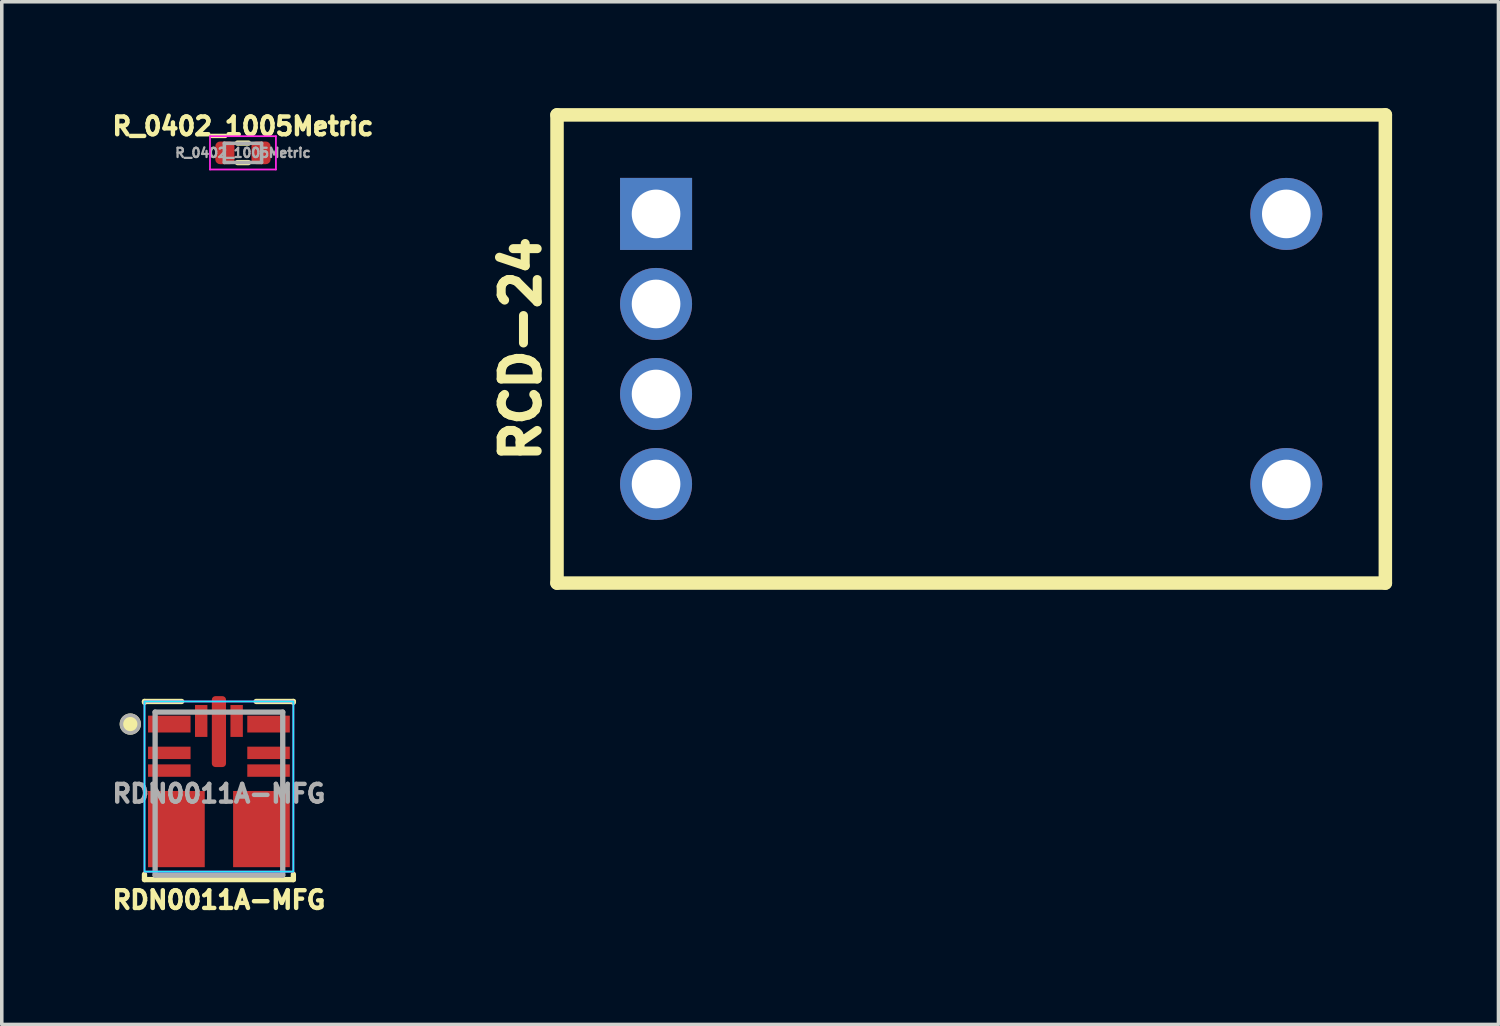
<source format=kicad_pcb>
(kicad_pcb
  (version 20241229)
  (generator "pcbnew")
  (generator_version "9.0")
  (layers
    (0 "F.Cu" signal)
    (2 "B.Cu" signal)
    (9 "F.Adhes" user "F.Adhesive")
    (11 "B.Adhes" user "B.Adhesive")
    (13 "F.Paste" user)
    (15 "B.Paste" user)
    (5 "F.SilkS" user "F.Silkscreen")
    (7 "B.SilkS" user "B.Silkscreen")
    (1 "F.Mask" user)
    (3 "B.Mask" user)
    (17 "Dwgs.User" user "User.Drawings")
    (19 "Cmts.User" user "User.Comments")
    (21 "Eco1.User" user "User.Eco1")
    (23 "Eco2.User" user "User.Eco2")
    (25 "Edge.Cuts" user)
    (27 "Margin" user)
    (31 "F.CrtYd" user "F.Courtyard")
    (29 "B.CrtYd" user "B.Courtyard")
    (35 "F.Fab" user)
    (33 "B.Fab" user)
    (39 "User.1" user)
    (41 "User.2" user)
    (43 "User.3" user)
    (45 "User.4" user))
  (footprint "R_0402_1005Metric"
    (layer "F.Cu")
    (at 3.804 1.262)
    (property "Reference" "R_0402_1005Metric" (at 0 -0.75 0) (layer "F.SilkS") (effects (font (size 0.5 0.5) (thickness 0.125) (bold yes))))
    (attr smd)
    (fp_line (start -0.154 -0.275) (end 0.154 -0.275) (stroke (width 0.15) (type solid)) (layer "F.SilkS"))
    (fp_line (start -0.154 0.275) (end 0.154 0.275) (stroke (width 0.15) (type solid)) (layer "F.SilkS"))
    (fp_line (start -0.93 -0.47) (end 0.93 -0.47) (stroke (width 0.05) (type solid)) (layer "F.CrtYd"))
    (fp_line (start -0.93 0.47) (end -0.93 -0.47) (stroke (width 0.05) (type solid)) (layer "F.CrtYd"))
    (fp_line (start 0.93 -0.47) (end 0.93 0.47) (stroke (width 0.05) (type solid)) (layer "F.CrtYd"))
    (fp_line (start 0.93 0.47) (end -0.93 0.47) (stroke (width 0.05) (type solid)) (layer "F.CrtYd"))
    (fp_line (start -0.525 -0.27) (end 0.525 -0.27) (stroke (width 0.1) (type solid)) (layer "F.Fab"))
    (fp_line (start -0.525 0.27) (end -0.525 -0.27) (stroke (width 0.1) (type solid)) (layer "F.Fab"))
    (fp_line (start 0.525 -0.27) (end 0.525 0.27) (stroke (width 0.1) (type solid)) (layer "F.Fab"))
    (fp_line (start 0.525 0.27) (end -0.525 0.27) (stroke (width 0.1) (type solid)) (layer "F.Fab"))
    (fp_text user "${REFERENCE}" (at 0 0 0) (layer "F.Fab") (effects (font (size 0.26 0.26) (thickness 0.065) (bold yes))))
    (pad "1" smd roundrect (at -0.51 0) (size 0.54 0.64) (layers "F.Cu" "F.Mask" "F.Paste") (roundrect_rratio 0.25))
    (pad "2" smd roundrect (at 0.51 0) (size 0.54 0.64) (layers "F.Cu" "F.Mask" "F.Paste") (roundrect_rratio 0.25)))
  (footprint "RDN0011A-MFG"
    (layer "F.Cu")
    (at 3.126 19.339)
    (property "Reference" "RDN0011A-MFG" (at 0 3 0) (layer "F.SilkS") (effects (font (size 0.5 0.5) (thickness 0.125) (bold yes))))
    (attr smd)
    (fp_poly (pts (xy -1.95 -2.099) (xy -1.9 -2.15) (xy -0.9 -2.15) (xy -0.85 -2.099) (xy -0.85 -1.825) (xy -0.9 -1.774) (xy -1.9 -1.774) (xy -1.95 -1.825)) (stroke (width 0) (type solid)) (fill yes) (layer "F.Mask"))
    (fp_poly (pts (xy -1.9 -1.025) (xy -1.95 -1.075) (xy -1.95 -1.225) (xy -1.9 -1.275) (xy -0.9 -1.275) (xy -0.85 -1.225) (xy -0.85 -1.075) (xy -0.9 -1.025)) (stroke (width 0) (type solid)) (fill yes) (layer "F.Mask"))
    (fp_poly (pts (xy -0.9 -0.775) (xy -0.85 -0.725) (xy -0.85 -0.575) (xy -0.9 -0.525) (xy -1.9 -0.525) (xy -1.95 -0.575) (xy -1.95 -0.725) (xy -1.9 -0.775)) (stroke (width 0) (type solid)) (fill yes) (layer "F.Mask"))
    (fp_poly (pts (xy -0.425 -1.65) (xy -0.575 -1.65) (xy -0.625 -1.7) (xy -0.625 -2.4) (xy -0.575 -2.45) (xy -0.425 -2.45) (xy -0.375 -2.4) (xy -0.375 -1.7)) (stroke (width 0) (type solid)) (fill yes) (layer "F.Mask"))
    (fp_poly (pts (xy -0.15 -2.4) (xy -0.1 -2.45) (xy 0.1 -2.45) (xy 0.15 -2.4) (xy 0.15 -0.974) (xy 0.1 -0.924) (xy -0.1 -0.924) (xy -0.15 -0.974)) (stroke (width 0) (type solid)) (fill yes) (layer "F.Mask"))
    (fp_poly (pts (xy 0.575 -1.65) (xy 0.425 -1.65) (xy 0.375 -1.7) (xy 0.375 -2.4) (xy 0.425 -2.45) (xy 0.575 -2.45) (xy 0.625 -2.4) (xy 0.625 -1.7)) (stroke (width 0) (type solid)) (fill yes) (layer "F.Mask"))
    (fp_poly (pts (xy 0.85 -1.075) (xy 0.85 -1.225) (xy 0.9 -1.275) (xy 1.9 -1.275) (xy 1.95 -1.225) (xy 1.95 -1.075) (xy 1.9 -1.025) (xy 0.9 -1.025)) (stroke (width 0) (type solid)) (fill yes) (layer "F.Mask"))
    (fp_poly (pts (xy 0.85 -0.725) (xy 0.9 -0.775) (xy 1.9 -0.775) (xy 1.95 -0.725) (xy 1.95 -0.575) (xy 1.9 -0.525) (xy 0.9 -0.525) (xy 0.85 -0.575)) (stroke (width 0) (type solid)) (fill yes) (layer "F.Mask"))
    (fp_poly (pts (xy 1.95 -2.099) (xy 1.95 -1.825) (xy 1.9 -1.774) (xy 0.9 -1.774) (xy 0.85 -1.825) (xy 0.85 -2.099) (xy 0.9 -2.15) (xy 1.9 -2.15)) (stroke (width 0) (type solid)) (fill yes) (layer "F.Mask"))
    (fp_poly (pts (xy -0.5 2.025) (xy -0.45 1.975) (xy -0.45 0.025) (xy -0.5 -0.025) (xy -1.525 -0.025) (xy -1.575 0.025) (xy -1.575 0.125) (xy -1.625 0.175) (xy -1.9 0.175) (xy -1.95 0.225) (xy -1.95 0.375) (xy -1.9 0.425) (xy -1.625 0.425) (xy -1.575 0.475) (xy -1.575 0.625) (xy -1.625 0.675) (xy -1.9 0.675) (xy -1.95 0.725) (xy -1.95 0.875) (xy -1.9 0.925) (xy -1.625 0.925) (xy -1.575 0.975) (xy -1.575 1.125) (xy -1.625 1.175) (xy -1.9 1.175) (xy -1.95 1.225) (xy -1.95 1.375) (xy -1.9 1.425) (xy -1.625 1.425) (xy -1.575 1.475) (xy -1.575 1.625) (xy -1.625 1.675) (xy -1.9 1.675) (xy -1.95 1.725) (xy -1.95 1.875) (xy -1.9 1.925) (xy -1.625 1.925) (xy -1.575 1.975) (xy -1.575 1.975) (xy -1.525 2.025)) (stroke (width 0) (type solid)) (fill yes) (layer "F.Mask"))
    (fp_poly (pts (xy 0.5 2.025) (xy 0.45 1.975) (xy 0.45 0.025) (xy 0.5 -0.025) (xy 1.525 -0.025) (xy 1.575 0.025) (xy 1.575 0.125) (xy 1.625 0.175) (xy 1.9 0.175) (xy 1.95 0.225) (xy 1.95 0.375) (xy 1.9 0.425) (xy 1.625 0.425) (xy 1.575 0.475) (xy 1.575 0.625) (xy 1.625 0.675) (xy 1.9 0.675) (xy 1.95 0.725) (xy 1.95 0.875) (xy 1.9 0.925) (xy 1.625 0.925) (xy 1.575 0.975) (xy 1.575 1.125) (xy 1.625 1.175) (xy 1.9 1.175) (xy 1.95 1.225) (xy 1.95 1.375) (xy 1.9 1.425) (xy 1.625 1.425) (xy 1.575 1.475) (xy 1.575 1.625) (xy 1.625 1.675) (xy 1.9 1.675) (xy 1.95 1.725) (xy 1.95 1.875) (xy 1.9 1.925) (xy 1.625 1.925) (xy 1.575 1.975) (xy 1.575 1.975) (xy 1.525 2.025)) (stroke (width 0) (type solid)) (fill yes) (layer "F.Mask"))
    (fp_line (start -2.1 -2.6) (end -1.05 -2.6) (stroke (width 0.15) (type solid)) (layer "F.SilkS"))
    (fp_line (start -2.1 -2.575) (end -2.1 -2.6) (stroke (width 0.15) (type solid)) (layer "F.SilkS"))
    (fp_line (start -2.1 2.425) (end -2.1 2.275) (stroke (width 0.15) (type solid)) (layer "F.SilkS"))
    (fp_line (start -2.1 2.425) (end 2.1 2.425) (stroke (width 0.15) (type solid)) (layer "F.SilkS"))
    (fp_line (start 1.05 -2.6) (end 2.1 -2.6) (stroke (width 0.15) (type solid)) (layer "F.SilkS"))
    (fp_line (start 2.1 -2.575) (end 2.1 -2.6) (stroke (width 0.15) (type solid)) (layer "F.SilkS"))
    (fp_line (start 2.1 2.425) (end 2.1 2.275) (stroke (width 0.15) (type solid)) (layer "F.SilkS"))
    (fp_circle (center -2.5 -1.962) (end -2.25 -1.962) (stroke (width 0.1) (type solid)) (fill yes) (layer "F.SilkS"))
    (fp_poly (pts (xy -1.95 -2.099) (xy -1.9 -2.15) (xy -0.9 -2.15) (xy -0.85 -2.099) (xy -0.85 -1.825) (xy -0.9 -1.774) (xy -1.9 -1.774) (xy -1.95 -1.825)) (stroke (width 0) (type solid)) (fill yes) (layer "F.Paste"))
    (fp_poly (pts (xy -1.9 -1.025) (xy -1.95 -1.075) (xy -1.95 -1.225) (xy -1.9 -1.275) (xy -0.9 -1.275) (xy -0.85 -1.225) (xy -0.85 -1.075) (xy -0.9 -1.025)) (stroke (width 0) (type solid)) (fill yes) (layer "F.Paste"))
    (fp_poly (pts (xy -1.575 0.225) (xy -1.575 0.375) (xy -1.625 0.425) (xy -1.9 0.425) (xy -1.95 0.375) (xy -1.95 0.225) (xy -1.9 0.175) (xy -1.625 0.175)) (stroke (width 0) (type solid)) (fill yes) (layer "F.Paste"))
    (fp_poly (pts (xy -1.575 0.725) (xy -1.575 0.875) (xy -1.625 0.925) (xy -1.9 0.925) (xy -1.95 0.875) (xy -1.95 0.725) (xy -1.9 0.675) (xy -1.625 0.675)) (stroke (width 0) (type solid)) (fill yes) (layer "F.Paste"))
    (fp_poly (pts (xy -1.575 1.225) (xy -1.575 1.375) (xy -1.625 1.425) (xy -1.9 1.425) (xy -1.95 1.375) (xy -1.95 1.225) (xy -1.9 1.175) (xy -1.625 1.175)) (stroke (width 0) (type solid)) (fill yes) (layer "F.Paste"))
    (fp_poly (pts (xy -1.575 1.725) (xy -1.575 1.875) (xy -1.625 1.925) (xy -1.9 1.925) (xy -1.95 1.875) (xy -1.95 1.725) (xy -1.9 1.675) (xy -1.625 1.675)) (stroke (width 0) (type solid)) (fill yes) (layer "F.Paste"))
    (fp_poly (pts (xy -1.38 0.443) (xy -1.38 0.028) (xy -1.33 -0.022) (xy -0.5 -0.022) (xy -0.45 0.028) (xy -0.45 0.443) (xy -0.5 0.493) (xy -1.33 0.493)) (stroke (width 0) (type solid)) (fill yes) (layer "F.Paste"))
    (fp_poly (pts (xy -1.33 1.31) (xy -1.38 1.26) (xy -1.38 0.74) (xy -1.33 0.69) (xy -0.5 0.69) (xy -0.45 0.74) (xy -0.45 1.26) (xy -0.5 1.31)) (stroke (width 0) (type solid)) (fill yes) (layer "F.Paste"))
    (fp_poly (pts (xy -1.33 1.512) (xy -0.5 1.512) (xy -0.45 1.562) (xy -0.45 1.977) (xy -0.5 2.027) (xy -1.33 2.027) (xy -1.38 1.977) (xy -1.38 1.562)) (stroke (width 0) (type solid)) (fill yes) (layer "F.Paste"))
    (fp_poly (pts (xy -0.9 -0.775) (xy -0.85 -0.725) (xy -0.85 -0.575) (xy -0.9 -0.525) (xy -1.9 -0.525) (xy -1.95 -0.575) (xy -1.95 -0.725) (xy -1.9 -0.775)) (stroke (width 0) (type solid)) (fill yes) (layer "F.Paste"))
    (fp_poly (pts (xy -0.425 -1.65) (xy -0.575 -1.65) (xy -0.625 -1.7) (xy -0.625 -2.4) (xy -0.575 -2.45) (xy -0.425 -2.45) (xy -0.375 -2.4) (xy -0.375 -1.7)) (stroke (width 0) (type solid)) (fill yes) (layer "F.Paste"))
    (fp_poly (pts (xy -0.15 -2.4) (xy -0.1 -2.45) (xy 0.1 -2.45) (xy 0.15 -2.4) (xy 0.15 -0.974) (xy 0.1 -0.924) (xy -0.1 -0.924) (xy -0.15 -0.974)) (stroke (width 0) (type solid)) (fill yes) (layer "F.Paste"))
    (fp_poly (pts (xy 0.45 1.26) (xy 0.45 0.74) (xy 0.5 0.69) (xy 1.33 0.69) (xy 1.38 0.74) (xy 1.38 1.26) (xy 1.33 1.31) (xy 0.5 1.31)) (stroke (width 0) (type solid)) (fill yes) (layer "F.Paste"))
    (fp_poly (pts (xy 0.575 -1.65) (xy 0.425 -1.65) (xy 0.375 -1.7) (xy 0.375 -2.4) (xy 0.425 -2.45) (xy 0.575 -2.45) (xy 0.625 -2.4) (xy 0.625 -1.7)) (stroke (width 0) (type solid)) (fill yes) (layer "F.Paste"))
    (fp_poly (pts (xy 0.85 -1.075) (xy 0.85 -1.225) (xy 0.9 -1.275) (xy 1.9 -1.275) (xy 1.95 -1.225) (xy 1.95 -1.075) (xy 1.9 -1.025) (xy 0.9 -1.025)) (stroke (width 0) (type solid)) (fill yes) (layer "F.Paste"))
    (fp_poly (pts (xy 0.85 -0.725) (xy 0.9 -0.775) (xy 1.9 -0.775) (xy 1.95 -0.725) (xy 1.95 -0.575) (xy 1.9 -0.525) (xy 0.9 -0.525) (xy 0.85 -0.575)) (stroke (width 0) (type solid)) (fill yes) (layer "F.Paste"))
    (fp_poly (pts (xy 1.33 0.493) (xy 0.5 0.493) (xy 0.45 0.443) (xy 0.45 0.028) (xy 0.5 -0.022) (xy 1.33 -0.022) (xy 1.38 0.028) (xy 1.38 0.443)) (stroke (width 0) (type solid)) (fill yes) (layer "F.Paste"))
    (fp_poly (pts (xy 1.38 1.562) (xy 1.38 1.977) (xy 1.33 2.027) (xy 0.5 2.027) (xy 0.45 1.977) (xy 0.45 1.562) (xy 0.5 1.512) (xy 1.33 1.512)) (stroke (width 0) (type solid)) (fill yes) (layer "F.Paste"))
    (fp_poly (pts (xy 1.95 0.225) (xy 1.95 0.375) (xy 1.9 0.425) (xy 1.625 0.425) (xy 1.575 0.375) (xy 1.575 0.225) (xy 1.625 0.175) (xy 1.9 0.175)) (stroke (width 0) (type solid)) (fill yes) (layer "F.Paste"))
    (fp_poly (pts (xy 1.95 0.725) (xy 1.95 0.875) (xy 1.9 0.925) (xy 1.625 0.925) (xy 1.575 0.875) (xy 1.575 0.725) (xy 1.625 0.675) (xy 1.9 0.675)) (stroke (width 0) (type solid)) (fill yes) (layer "F.Paste"))
    (fp_poly (pts (xy 1.95 1.225) (xy 1.95 1.375) (xy 1.9 1.425) (xy 1.625 1.425) (xy 1.575 1.375) (xy 1.575 1.225) (xy 1.625 1.175) (xy 1.9 1.175)) (stroke (width 0) (type solid)) (fill yes) (layer "F.Paste"))
    (fp_poly (pts (xy 1.95 1.725) (xy 1.95 1.875) (xy 1.9 1.925) (xy 1.625 1.925) (xy 1.575 1.875) (xy 1.575 1.725) (xy 1.625 1.675) (xy 1.9 1.675)) (stroke (width 0) (type solid)) (fill yes) (layer "F.Paste"))
    (fp_poly (pts (xy 1.95 -2.099) (xy 1.95 -1.825) (xy 1.9 -1.774) (xy 0.9 -1.774) (xy 0.85 -1.825) (xy 0.85 -2.099) (xy 0.9 -2.15) (xy 1.9 -2.15)) (stroke (width 0) (type solid)) (fill yes) (layer "F.Paste"))
    (fp_rect (start -2.1 -2.6) (end 2.1 2.2) (stroke (width 0.05) (type default)) (fill no) (layer "B.CrtYd"))
    (fp_rect (start -2.1 -2.6) (end 2.1 2.2) (stroke (width 0.05) (type default)) (fill no) (layer "F.CrtYd"))
    (fp_line (start -1.8 -2.3) (end 1.8 -2.3) (stroke (width 0.15) (type solid)) (layer "F.Fab"))
    (fp_line (start -1.8 2.3) (end -1.8 -2.3) (stroke (width 0.15) (type solid)) (layer "F.Fab"))
    (fp_line (start -1.8 2.3) (end 1.8 2.3) (stroke (width 0.15) (type solid)) (layer "F.Fab"))
    (fp_line (start 1.8 2.3) (end 1.8 -2.3) (stroke (width 0.15) (type solid)) (layer "F.Fab"))
    (fp_circle (center -2.5 -1.962) (end -2.25 -1.962) (stroke (width 0.1) (type solid)) (fill no) (layer "F.Fab"))
    (fp_text user "${REFERENCE}" (at 0 0 0) (layer "F.Fab") (effects (font (size 0.5 0.5) (thickness 0.125))))
    (pad "1" smd rect (at -1.4 -1.962) (size 1.2 0.475) (layers "F.Cu"))
    (pad "2" smd rect (at -1.4 -1.15) (size 1.2 0.35) (layers "F.Cu"))
    (pad "3" smd rect (at -1.4 -0.65) (size 1.2 0.35) (layers "F.Cu"))
    (pad "4" smd rect (at -1.2 1) (size 1.6 2.15) (layers "F.Cu"))
    (pad "5" smd rect (at 1.2 1) (size 1.6 2.15) (layers "F.Cu"))
    (pad "6" smd rect (at 1.4 -0.65) (size 1.2 0.35) (layers "F.Cu"))
    (pad "7" smd rect (at 1.4 -1.15) (size 1.2 0.35) (layers "F.Cu"))
    (pad "8" smd rect (at 1.4 -1.962) (size 1.2 0.475) (layers "F.Cu"))
    (pad "9" smd rect (at 0.5 -2.05) (size 0.35 0.9) (layers "F.Cu"))
    (pad "10" smd roundrect (at 0 -1.75) (size 0.4 2) (layers "F.Cu") (roundrect_rratio 0.25))
    (pad "11" smd rect (at -0.5 -2.05) (size 0.35 0.9) (layers "F.Cu")))
  (footprint "RCD-24"
    (layer "F.Cu")
    (at 24.348 6.795)
    (property "Reference" "RCD-24" (at -12.7 0 90) (layer "F.SilkS") (effects (font (size 1.016 1.016) (thickness 0.254))))
    (property "Value" "${VALUE}" (at 0 0 0) (layer "F.SilkS") (hide yes) (effects (font (size 1.016 1.016) (thickness 0.254))))
    (attr through_hole)
    (fp_line (start -11.684 -6.604) (end -11.684 6.604) (stroke (width 0.381) (type solid)) (layer "F.SilkS"))
    (fp_line (start -11.684 6.604) (end 11.684 6.604) (stroke (width 0.381) (type solid)) (layer "F.SilkS"))
    (fp_line (start 11.684 -6.604) (end -11.684 -6.604) (stroke (width 0.381) (type solid)) (layer "F.SilkS"))
    (fp_line (start 11.684 6.604) (end 11.684 -6.604) (stroke (width 0.381) (type solid)) (layer "F.SilkS"))
    (pad "1" thru_hole rect (at -8.89 -3.81) (size 2.032 2.032) (drill 1.372) (layers "*.Cu" "*.Mask"))
    (pad "2" thru_hole circle (at -8.89 -1.27) (size 2.032 2.032) (drill 1.372) (layers "*.Cu" "*.Mask"))
    (pad "3" thru_hole circle (at -8.89 1.27) (size 2.032 2.032) (drill 1.372) (layers "*.Cu" "*.Mask"))
    (pad "4" thru_hole circle (at -8.89 3.81) (size 2.032 2.032) (drill 1.372) (layers "*.Cu" "*.Mask"))
    (pad "5" thru_hole circle (at 8.89 3.81) (size 2.032 2.032) (drill 1.372) (layers "*.Cu" "*.Mask"))
    (pad "6" thru_hole circle (at 8.89 -3.81) (size 2.032 2.032) (drill 1.372) (layers "*.Cu" "*.Mask")))
  (gr_rect
    (start -3 -3)
    (end 39.223 25.851)
    (stroke (width 0.1) (type default))
    (fill no)
    (layer "Edge.Cuts")))
</source>
